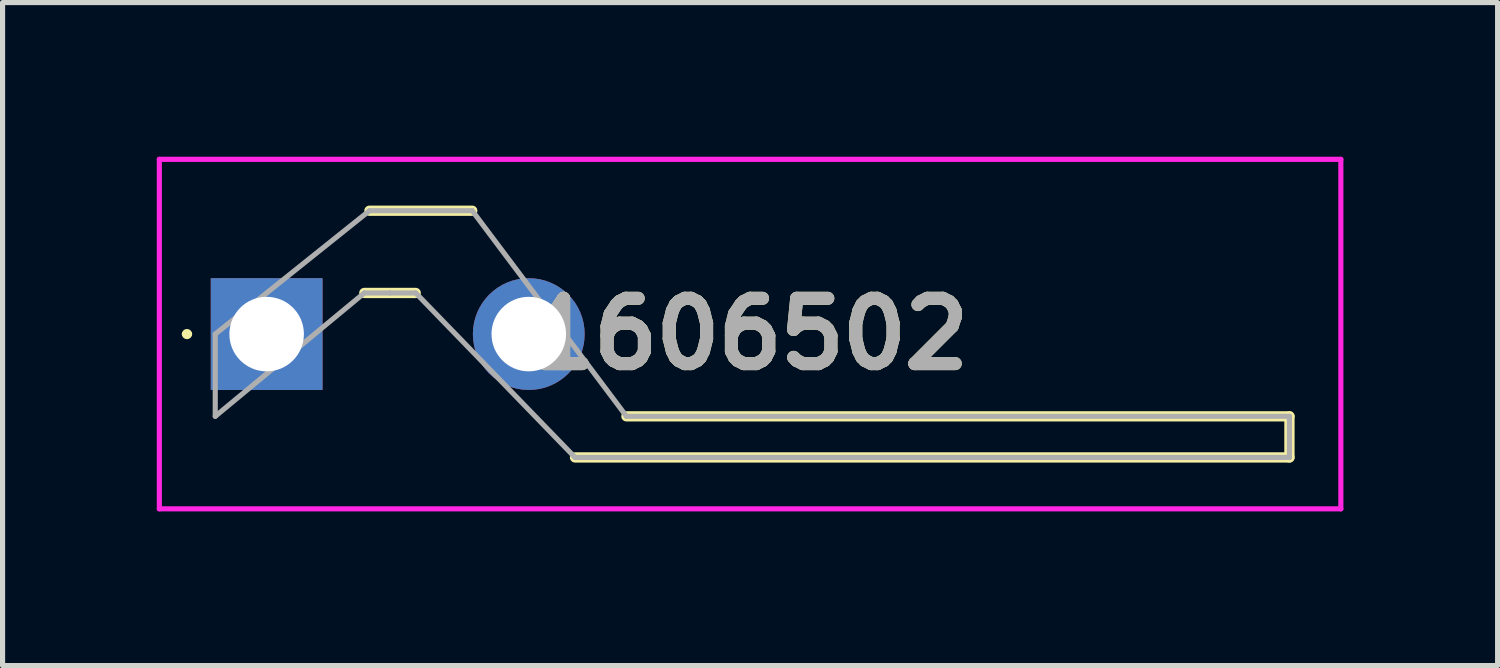
<source format=kicad_pcb>
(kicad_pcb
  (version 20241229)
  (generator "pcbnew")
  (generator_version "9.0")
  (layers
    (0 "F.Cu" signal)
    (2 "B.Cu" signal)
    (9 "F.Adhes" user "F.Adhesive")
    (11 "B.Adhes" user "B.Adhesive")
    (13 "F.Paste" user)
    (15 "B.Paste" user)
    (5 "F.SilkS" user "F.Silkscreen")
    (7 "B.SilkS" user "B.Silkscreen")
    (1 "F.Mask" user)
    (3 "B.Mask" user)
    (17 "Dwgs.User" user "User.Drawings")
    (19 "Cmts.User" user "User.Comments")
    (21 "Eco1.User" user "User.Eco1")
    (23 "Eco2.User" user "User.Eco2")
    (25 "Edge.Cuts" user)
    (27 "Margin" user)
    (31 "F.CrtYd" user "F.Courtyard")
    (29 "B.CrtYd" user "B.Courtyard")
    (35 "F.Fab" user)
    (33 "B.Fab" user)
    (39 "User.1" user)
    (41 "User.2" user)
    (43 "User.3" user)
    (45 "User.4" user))
  (footprint "1606502"
    (layer "F.Cu")
    (at 2.138 3.45)
    (property "Reference" "1606502" (at 9.406 0 0) (layer "F.SilkS") (effects (font (size 1.27 1.27) (thickness 0.254))))
    (attr through_hole)
    (fp_line (start -1.6 0) (end -1.6 0) (stroke (width 0.1) (type solid)) (layer "F.SilkS"))
    (fp_line (start -1.5 0) (end -1.5 0) (stroke (width 0.1) (type solid)) (layer "F.SilkS"))
    (fp_line (start 1.9 -0.8) (end 2.9 -0.8) (stroke (width 0.2) (type solid)) (layer "F.SilkS"))
    (fp_line (start 2 -2.4) (end 4 -2.4) (stroke (width 0.2) (type solid)) (layer "F.SilkS"))
    (fp_line (start 7 1.6) (end 19.9 1.6) (stroke (width 0.2) (type solid)) (layer "F.SilkS"))
    (fp_line (start 19.9 1.6) (end 19.9 2.4) (stroke (width 0.2) (type solid)) (layer "F.SilkS"))
    (fp_line (start 19.9 2.4) (end 6 2.4) (stroke (width 0.2) (type solid)) (layer "F.SilkS"))
    (fp_arc (start -1.6 0) (mid -1.55 -0.05) (end -1.5 0) (stroke (width 0.1) (type solid)) (layer "F.SilkS"))
    (fp_arc (start -1.5 0) (mid -1.55 0.05) (end -1.6 0) (stroke (width 0.1) (type solid)) (layer "F.SilkS"))
    (fp_line (start -2.088 -3.4) (end 20.9 -3.4) (stroke (width 0.1) (type solid)) (layer "F.CrtYd"))
    (fp_line (start -2.088 3.4) (end -2.088 -3.4) (stroke (width 0.1) (type solid)) (layer "F.CrtYd"))
    (fp_line (start 20.9 -3.4) (end 20.9 3.4) (stroke (width 0.1) (type solid)) (layer "F.CrtYd"))
    (fp_line (start 20.9 3.4) (end -2.088 3.4) (stroke (width 0.1) (type solid)) (layer "F.CrtYd"))
    (fp_line (start -1 0) (end -1 1.6) (stroke (width 0.1) (type solid)) (layer "F.Fab"))
    (fp_line (start -1 1.6) (end 1.9 -0.8) (stroke (width 0.1) (type solid)) (layer "F.Fab"))
    (fp_line (start 1.9 -0.8) (end 2.4 -0.8) (stroke (width 0.1) (type solid)) (layer "F.Fab"))
    (fp_line (start 2 -2.4) (end -1 0) (stroke (width 0.1) (type solid)) (layer "F.Fab"))
    (fp_line (start 2.4 -0.8) (end 2.9 -0.8) (stroke (width 0.1) (type solid)) (layer "F.Fab"))
    (fp_line (start 2.9 -0.8) (end 6 2.4) (stroke (width 0.1) (type solid)) (layer "F.Fab"))
    (fp_line (start 4 -2.4) (end 2 -2.4) (stroke (width 0.1) (type solid)) (layer "F.Fab"))
    (fp_line (start 6 2.4) (end 19.9 2.4) (stroke (width 0.1) (type solid)) (layer "F.Fab"))
    (fp_line (start 7 1.6) (end 4 -2.4) (stroke (width 0.1) (type solid)) (layer "F.Fab"))
    (fp_line (start 19.9 1.6) (end 7 1.6) (stroke (width 0.1) (type solid)) (layer "F.Fab"))
    (fp_line (start 19.9 2.4) (end 19.9 1.6) (stroke (width 0.1) (type solid)) (layer "F.Fab"))
    (fp_text user "${REFERENCE}" (at 9.406 0 0) (layer "F.Fab") (effects (font (size 1.27 1.27) (thickness 0.254))))
    (pad "1" thru_hole rect (at 0 0) (size 2.175 2.175) (drill 1.45) (layers "*.Cu" "*.Mask"))
    (pad "2" thru_hole circle (at 5.1 0) (size 2.175 2.175) (drill 1.45) (layers "*.Cu" "*.Mask")))
  (gr_rect
    (start -3 -3)
    (end 26.088 9.9)
    (stroke (width 0.1) (type default))
    (fill no)
    (layer "Edge.Cuts")))
</source>
